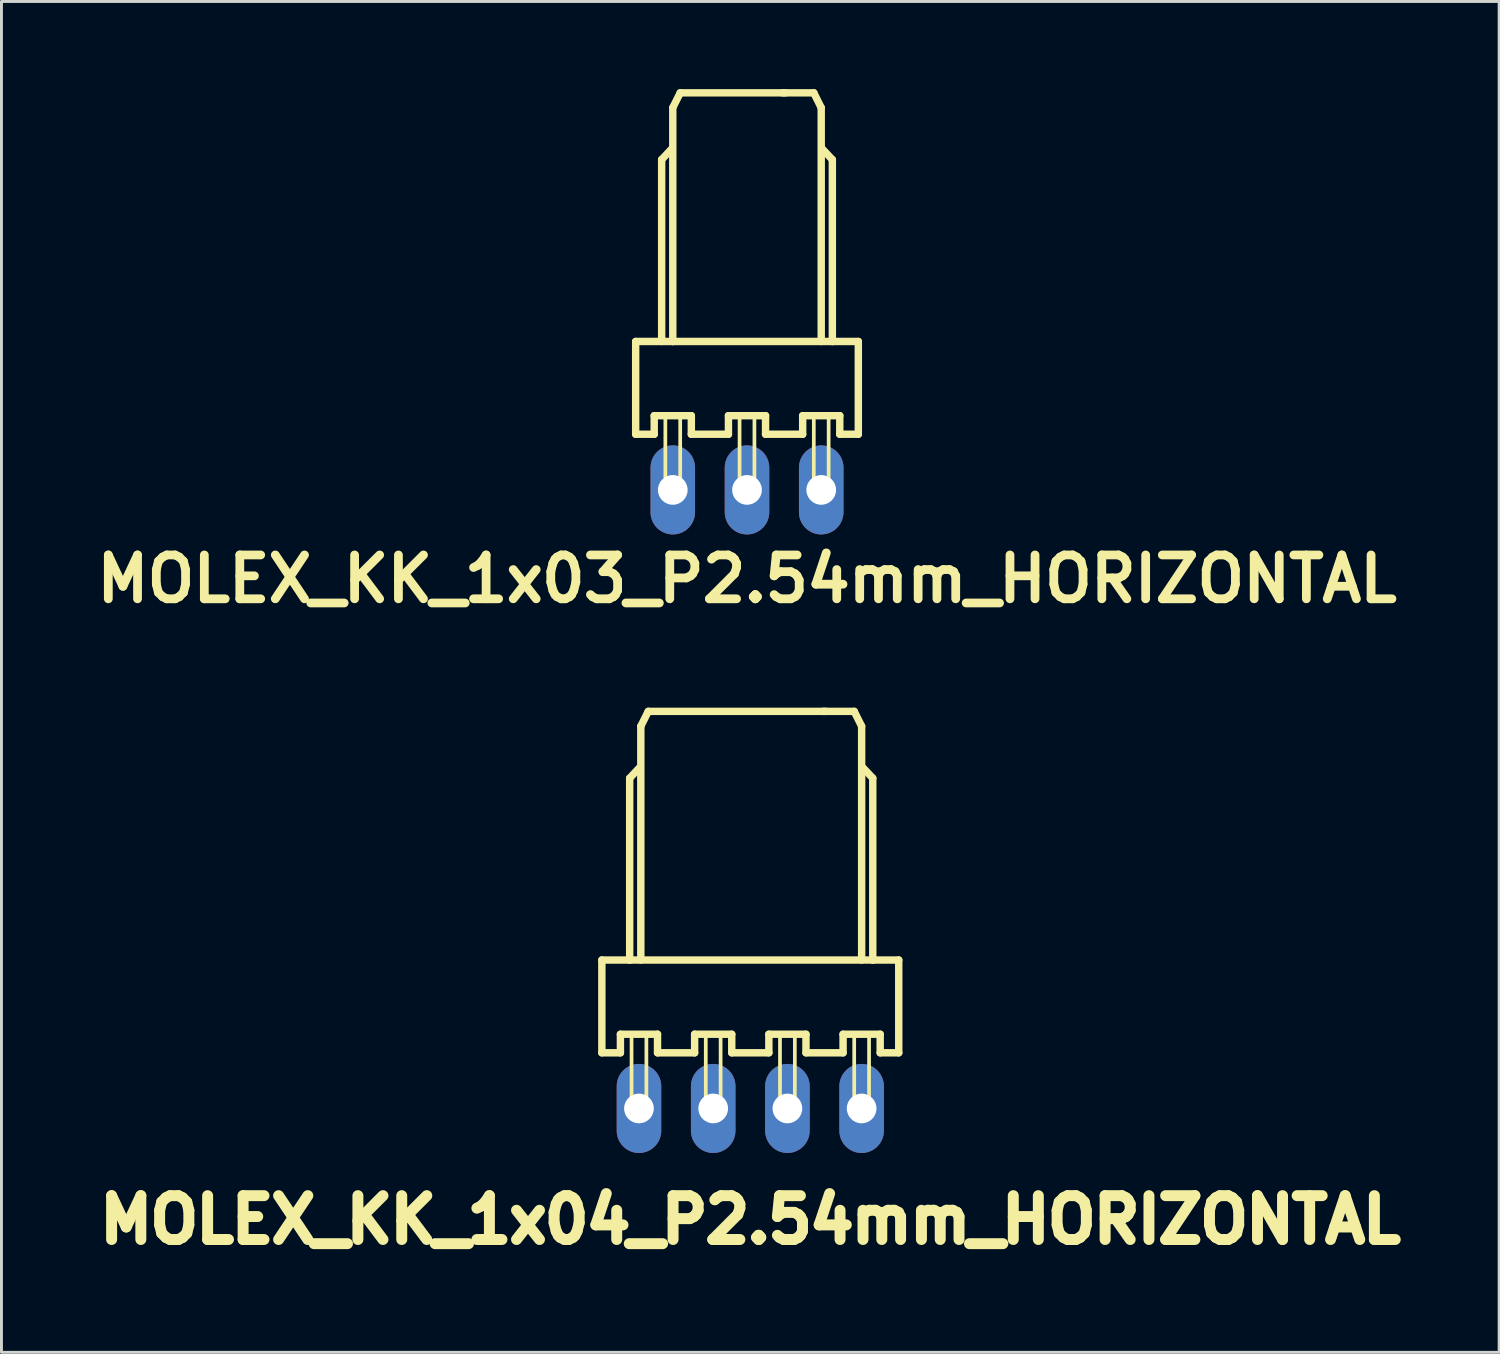
<source format=kicad_pcb>
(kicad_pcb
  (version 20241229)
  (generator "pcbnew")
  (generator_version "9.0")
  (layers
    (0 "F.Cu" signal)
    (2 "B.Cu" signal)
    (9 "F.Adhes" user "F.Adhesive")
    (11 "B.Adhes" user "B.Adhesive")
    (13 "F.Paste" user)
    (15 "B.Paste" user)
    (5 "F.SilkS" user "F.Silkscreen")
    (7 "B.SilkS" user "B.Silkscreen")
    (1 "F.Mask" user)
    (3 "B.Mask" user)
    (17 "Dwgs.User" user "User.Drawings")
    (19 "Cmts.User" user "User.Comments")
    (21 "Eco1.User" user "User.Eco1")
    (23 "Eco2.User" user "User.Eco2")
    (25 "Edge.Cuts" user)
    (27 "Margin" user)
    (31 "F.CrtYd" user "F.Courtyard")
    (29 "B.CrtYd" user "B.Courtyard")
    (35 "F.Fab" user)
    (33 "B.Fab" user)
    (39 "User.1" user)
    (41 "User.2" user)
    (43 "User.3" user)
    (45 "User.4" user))
  (footprint "MOLEX_KK_1x04_P2.54mm_HORIZONTAL"
    (layer "F.Cu")
    (at 22.627 34.884)
    (property "Reference" "MOLEX_KK_1x04_P2.54mm_HORIZONTAL" (at 0 3.81 0) (layer "F.SilkS") (effects (font (size 1.5 1.5) (thickness 0.375))))
    (attr through_hole)
    (fp_line (start -5.08 -5.08) (end -5.08 -1.905) (stroke (width 0.254) (type solid)) (layer "F.SilkS"))
    (fp_line (start -5.08 -1.905) (end -4.445 -1.905) (stroke (width 0.254) (type solid)) (layer "F.SilkS"))
    (fp_line (start -4.445 -2.54) (end -3.175 -2.54) (stroke (width 0.254) (type solid)) (layer "F.SilkS"))
    (fp_line (start -4.445 -1.905) (end -4.445 -2.54) (stroke (width 0.254) (type solid)) (layer "F.SilkS"))
    (fp_line (start -4.128 -11.303) (end -3.795 -11.659) (stroke (width 0.254) (type solid)) (layer "F.SilkS"))
    (fp_line (start -4.128 -5.08) (end -5.08 -5.08) (stroke (width 0.254) (type solid)) (layer "F.SilkS"))
    (fp_line (start -4.128 -5.08) (end -4.128 -11.303) (stroke (width 0.254) (type solid)) (layer "F.SilkS"))
    (fp_line (start -4.064 -2.515) (end -3.556 -2.515) (stroke (width 0.066) (type solid)) (layer "F.SilkS"))
    (fp_line (start -4.064 -0.279) (end -4.064 -2.515) (stroke (width 0.127) (type solid)) (layer "F.SilkS"))
    (fp_line (start -4.064 -0.279) (end -3.556 -0.279) (stroke (width 0.127) (type solid)) (layer "F.SilkS"))
    (fp_line (start -3.747 -13.081) (end -3.493 -13.589) (stroke (width 0.254) (type solid)) (layer "F.SilkS"))
    (fp_line (start -3.747 -5.08) (end -3.747 -13.081) (stroke (width 0.254) (type solid)) (layer "F.SilkS"))
    (fp_line (start -3.556 -0.279) (end -3.556 -2.515) (stroke (width 0.127) (type solid)) (layer "F.SilkS"))
    (fp_line (start -3.493 -13.589) (end 2.591 -13.589) (stroke (width 0.254) (type solid)) (layer "F.SilkS"))
    (fp_line (start -3.175 -2.54) (end -3.175 -1.905) (stroke (width 0.254) (type solid)) (layer "F.SilkS"))
    (fp_line (start -3.175 -1.905) (end -1.905 -1.905) (stroke (width 0.254) (type solid)) (layer "F.SilkS"))
    (fp_line (start -1.905 -2.54) (end -0.635 -2.54) (stroke (width 0.254) (type solid)) (layer "F.SilkS"))
    (fp_line (start -1.905 -1.905) (end -1.905 -2.54) (stroke (width 0.254) (type solid)) (layer "F.SilkS"))
    (fp_line (start -1.524 -2.515) (end -1.016 -2.515) (stroke (width 0.066) (type solid)) (layer "F.SilkS"))
    (fp_line (start -1.524 -0.279) (end -1.524 -2.515) (stroke (width 0.127) (type solid)) (layer "F.SilkS"))
    (fp_line (start -1.524 -0.279) (end -1.016 -0.279) (stroke (width 0.127) (type solid)) (layer "F.SilkS"))
    (fp_line (start -1.016 -0.279) (end -1.016 -2.515) (stroke (width 0.127) (type solid)) (layer "F.SilkS"))
    (fp_line (start -0.635 -2.54) (end -0.635 -1.905) (stroke (width 0.254) (type solid)) (layer "F.SilkS"))
    (fp_line (start -0.635 -1.905) (end 0.635 -1.905) (stroke (width 0.254) (type solid)) (layer "F.SilkS"))
    (fp_line (start 0.635 -2.54) (end 1.905 -2.54) (stroke (width 0.254) (type solid)) (layer "F.SilkS"))
    (fp_line (start 0.635 -1.905) (end 0.635 -2.54) (stroke (width 0.254) (type solid)) (layer "F.SilkS"))
    (fp_line (start 1.016 -2.515) (end 1.524 -2.515) (stroke (width 0.066) (type solid)) (layer "F.SilkS"))
    (fp_line (start 1.016 -2.515) (end 1.524 -2.515) (stroke (width 0.066) (type solid)) (layer "F.SilkS"))
    (fp_line (start 1.016 -0.279) (end 1.016 -2.515) (stroke (width 0.127) (type solid)) (layer "F.SilkS"))
    (fp_line (start 1.016 -0.279) (end 1.524 -0.279) (stroke (width 0.127) (type solid)) (layer "F.SilkS"))
    (fp_line (start 1.524 -0.279) (end 1.524 -2.515) (stroke (width 0.127) (type solid)) (layer "F.SilkS"))
    (fp_line (start 1.905 -2.54) (end 1.905 -1.905) (stroke (width 0.254) (type solid)) (layer "F.SilkS"))
    (fp_line (start 1.905 -1.905) (end 3.175 -1.905) (stroke (width 0.254) (type solid)) (layer "F.SilkS"))
    (fp_line (start 3.175 -2.54) (end 4.445 -2.54) (stroke (width 0.254) (type solid)) (layer "F.SilkS"))
    (fp_line (start 3.175 -1.905) (end 3.175 -2.54) (stroke (width 0.254) (type solid)) (layer "F.SilkS"))
    (fp_line (start 3.556 -13.589) (end 2.489 -13.589) (stroke (width 0.254) (type solid)) (layer "F.SilkS"))
    (fp_line (start 3.556 -2.515) (end 4.064 -2.515) (stroke (width 0.066) (type solid)) (layer "F.SilkS"))
    (fp_line (start 3.556 -2.515) (end 4.064 -2.515) (stroke (width 0.066) (type solid)) (layer "F.SilkS"))
    (fp_line (start 3.556 -0.279) (end 3.556 -2.515) (stroke (width 0.127) (type solid)) (layer "F.SilkS"))
    (fp_line (start 3.556 -0.279) (end 4.064 -0.279) (stroke (width 0.127) (type solid)) (layer "F.SilkS"))
    (fp_line (start 3.81 -13.081) (end 3.556 -13.589) (stroke (width 0.254) (type solid)) (layer "F.SilkS"))
    (fp_line (start 3.81 -5.08) (end 3.81 -13.081) (stroke (width 0.254) (type solid)) (layer "F.SilkS"))
    (fp_line (start 4.064 -0.279) (end 4.064 -2.515) (stroke (width 0.127) (type solid)) (layer "F.SilkS"))
    (fp_line (start 4.191 -11.303) (end 3.858 -11.659) (stroke (width 0.254) (type solid)) (layer "F.SilkS"))
    (fp_line (start 4.191 -5.08) (end -4.128 -5.08) (stroke (width 0.254) (type solid)) (layer "F.SilkS"))
    (fp_line (start 4.191 -5.08) (end 4.191 -11.303) (stroke (width 0.254) (type solid)) (layer "F.SilkS"))
    (fp_line (start 4.445 -2.54) (end 4.445 -1.905) (stroke (width 0.254) (type solid)) (layer "F.SilkS"))
    (fp_line (start 4.445 -1.905) (end 5.08 -1.905) (stroke (width 0.254) (type solid)) (layer "F.SilkS"))
    (fp_line (start 5.08 -5.08) (end 4.191 -5.08) (stroke (width 0.254) (type solid)) (layer "F.SilkS"))
    (fp_line (start 5.08 -1.905) (end 5.08 -5.08) (stroke (width 0.254) (type solid)) (layer "F.SilkS"))
    (pad "1" thru_hole oval (at 3.81 0) (size 1.524 3.048) (drill 1.016) (layers "*.Cu" "*.Mask"))
    (pad "2" thru_hole oval (at 1.27 0) (size 1.524 3.048) (drill 1.016) (layers "*.Cu" "*.Mask"))
    (pad "3" thru_hole oval (at -1.27 0) (size 1.524 3.048) (drill 1.016) (layers "*.Cu" "*.Mask"))
    (pad "4" thru_hole oval (at -3.81 0) (size 1.524 3.048) (drill 1.016) (layers "*.Cu" "*.Mask")))
  (footprint "MOLEX_KK_1x03_P2.54mm_HORIZONTAL"
    (layer "F.Cu")
    (at 22.514 13.716)
    (property "Reference" "MOLEX_KK_1x03_P2.54mm_HORIZONTAL" (at 0 3.048 0) (layer "F.SilkS") (effects (font (size 1.5 1.5) (thickness 0.3))))
    (attr through_hole)
    (fp_line (start -3.81 -5.08) (end -3.81 -1.905) (stroke (width 0.254) (type solid)) (layer "F.SilkS"))
    (fp_line (start -3.81 -1.905) (end -3.175 -1.905) (stroke (width 0.254) (type solid)) (layer "F.SilkS"))
    (fp_line (start -3.175 -2.54) (end -1.905 -2.54) (stroke (width 0.254) (type solid)) (layer "F.SilkS"))
    (fp_line (start -3.175 -1.905) (end -3.175 -2.54) (stroke (width 0.254) (type solid)) (layer "F.SilkS"))
    (fp_line (start -2.921 -11.303) (end -2.588 -11.659) (stroke (width 0.254) (type solid)) (layer "F.SilkS"))
    (fp_line (start -2.921 -5.08) (end -2.921 -11.303) (stroke (width 0.254) (type solid)) (layer "F.SilkS"))
    (fp_line (start -2.794 -2.515) (end -2.286 -2.515) (stroke (width 0.066) (type solid)) (layer "F.SilkS"))
    (fp_line (start -2.794 -0.279) (end -2.794 -2.515) (stroke (width 0.127) (type solid)) (layer "F.SilkS"))
    (fp_line (start -2.794 -0.279) (end -2.286 -0.279) (stroke (width 0.127) (type solid)) (layer "F.SilkS"))
    (fp_line (start -2.54 -13.081) (end -2.286 -13.589) (stroke (width 0.254) (type solid)) (layer "F.SilkS"))
    (fp_line (start -2.54 -5.08) (end -3.81 -5.08) (stroke (width 0.254) (type solid)) (layer "F.SilkS"))
    (fp_line (start -2.54 -5.08) (end -2.54 -13.081) (stroke (width 0.254) (type solid)) (layer "F.SilkS"))
    (fp_line (start -2.286 -13.589) (end 1.321 -13.589) (stroke (width 0.254) (type solid)) (layer "F.SilkS"))
    (fp_line (start -2.286 -0.279) (end -2.286 -2.515) (stroke (width 0.127) (type solid)) (layer "F.SilkS"))
    (fp_line (start -1.905 -2.54) (end -1.905 -1.905) (stroke (width 0.254) (type solid)) (layer "F.SilkS"))
    (fp_line (start -1.905 -1.905) (end -0.635 -1.905) (stroke (width 0.254) (type solid)) (layer "F.SilkS"))
    (fp_line (start -0.635 -2.54) (end 0.635 -2.54) (stroke (width 0.254) (type solid)) (layer "F.SilkS"))
    (fp_line (start -0.635 -1.905) (end -0.635 -2.54) (stroke (width 0.254) (type solid)) (layer "F.SilkS"))
    (fp_line (start -0.254 -2.515) (end 0.254 -2.515) (stroke (width 0.066) (type solid)) (layer "F.SilkS"))
    (fp_line (start -0.254 -2.515) (end 0.254 -2.515) (stroke (width 0.066) (type solid)) (layer "F.SilkS"))
    (fp_line (start -0.254 -0.279) (end -0.254 -2.515) (stroke (width 0.127) (type solid)) (layer "F.SilkS"))
    (fp_line (start -0.254 -0.279) (end 0.254 -0.279) (stroke (width 0.127) (type solid)) (layer "F.SilkS"))
    (fp_line (start 0.254 -0.279) (end 0.254 -2.515) (stroke (width 0.127) (type solid)) (layer "F.SilkS"))
    (fp_line (start 0.635 -2.54) (end 0.635 -1.905) (stroke (width 0.254) (type solid)) (layer "F.SilkS"))
    (fp_line (start 0.635 -1.905) (end 1.905 -1.905) (stroke (width 0.254) (type solid)) (layer "F.SilkS"))
    (fp_line (start 1.905 -2.54) (end 3.175 -2.54) (stroke (width 0.254) (type solid)) (layer "F.SilkS"))
    (fp_line (start 1.905 -1.905) (end 1.905 -2.54) (stroke (width 0.254) (type solid)) (layer "F.SilkS"))
    (fp_line (start 2.286 -13.589) (end 1.219 -13.589) (stroke (width 0.254) (type solid)) (layer "F.SilkS"))
    (fp_line (start 2.286 -2.515) (end 2.794 -2.515) (stroke (width 0.066) (type solid)) (layer "F.SilkS"))
    (fp_line (start 2.286 -2.515) (end 2.794 -2.515) (stroke (width 0.066) (type solid)) (layer "F.SilkS"))
    (fp_line (start 2.286 -0.279) (end 2.286 -2.515) (stroke (width 0.127) (type solid)) (layer "F.SilkS"))
    (fp_line (start 2.286 -0.279) (end 2.794 -0.279) (stroke (width 0.127) (type solid)) (layer "F.SilkS"))
    (fp_line (start 2.54 -13.081) (end 2.286 -13.589) (stroke (width 0.254) (type solid)) (layer "F.SilkS"))
    (fp_line (start 2.54 -5.08) (end 2.54 -13.081) (stroke (width 0.254) (type solid)) (layer "F.SilkS"))
    (fp_line (start 2.794 -0.279) (end 2.794 -2.515) (stroke (width 0.127) (type solid)) (layer "F.SilkS"))
    (fp_line (start 2.921 -11.303) (end 2.588 -11.659) (stroke (width 0.254) (type solid)) (layer "F.SilkS"))
    (fp_line (start 2.921 -5.08) (end -2.54 -5.08) (stroke (width 0.254) (type solid)) (layer "F.SilkS"))
    (fp_line (start 2.921 -5.08) (end 2.921 -11.303) (stroke (width 0.254) (type solid)) (layer "F.SilkS"))
    (fp_line (start 3.175 -2.54) (end 3.175 -1.905) (stroke (width 0.254) (type solid)) (layer "F.SilkS"))
    (fp_line (start 3.175 -1.905) (end 3.81 -1.905) (stroke (width 0.254) (type solid)) (layer "F.SilkS"))
    (fp_line (start 3.81 -5.08) (end 2.921 -5.08) (stroke (width 0.254) (type solid)) (layer "F.SilkS"))
    (fp_line (start 3.81 -1.905) (end 3.81 -5.08) (stroke (width 0.254) (type solid)) (layer "F.SilkS"))
    (pad "1" thru_hole oval (at 2.54 0) (size 1.524 3.048) (drill 1.016) (layers "*.Cu" "*.Mask"))
    (pad "2" thru_hole oval (at 0 0) (size 1.524 3.048) (drill 1.016) (layers "*.Cu" "*.Mask"))
    (pad "3" thru_hole oval (at -2.54 0) (size 1.524 3.048) (drill 1.016) (layers "*.Cu" "*.Mask")))
  (gr_rect
    (start -3 -3)
    (end 48.254 43.23)
    (stroke (width 0.1) (type default))
    (fill no)
    (layer "Edge.Cuts")))
</source>
